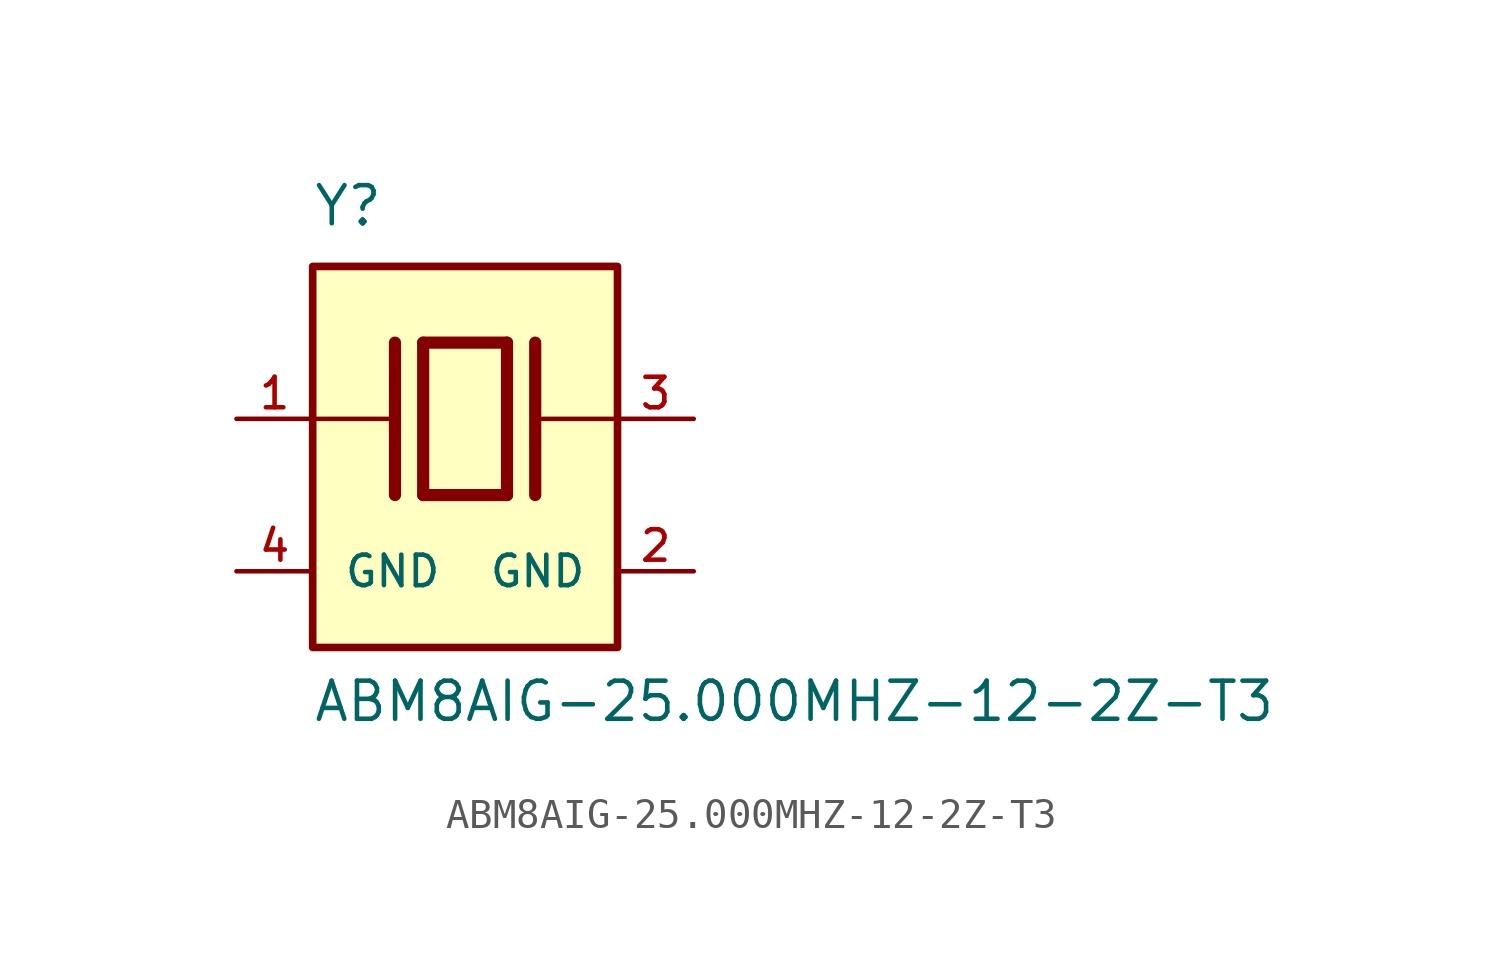
<source format=kicad_sym>
(kicad_symbol_lib
  (version 20220914)
  (generator kicad_symbol_editor)
  (symbol "ABM8AIG-25.000MHZ-12-2Z-T3"
    (pin_names
      (offset 1.016))
    (property "Reference" "Y"
      (at -5.088 6.356 0)
      (effects (font (size 1.27 1.27)) (justify left bottom)))
    (property "Value" "ABM8AIG-25.000MHZ-12-2Z-T3"
      (at -5.094 -10.16 0)
      (effects (font (size 1.27 1.27)) (justify left bottom)))
    (symbol "ABM8AIG-25.000MHZ-12-2Z-T3_0_0"
      (rectangle (start -5.08 -7.62) (end 5.08 5.08) (stroke (width 0.254) (type default)) (fill (type background)))
      (polyline (pts (xy -5.08 0) (xy -2.54 0)) (stroke (width 0.152) (type default)) (fill (type none)))
      (polyline (pts (xy -2.337 2.54) (xy -2.337 -2.54)) (stroke (width 0.406) (type default)) (fill (type none)))
      (polyline (pts (xy -1.397 2.54) (xy -1.397 -2.54)) (stroke (width 0.406) (type default)) (fill (type none)))
      (polyline (pts (xy -1.397 2.54) (xy 1.397 2.54)) (stroke (width 0.406) (type default)) (fill (type none)))
      (polyline (pts (xy 1.397 -2.54) (xy -1.397 -2.54)) (stroke (width 0.406) (type default)) (fill (type none)))
      (polyline (pts (xy 1.397 2.54) (xy 1.397 -2.54)) (stroke (width 0.406) (type default)) (fill (type none)))
      (polyline (pts (xy 2.337 2.54) (xy 2.337 -2.54)) (stroke (width 0.406) (type default)) (fill (type none)))
      (polyline (pts (xy 2.54 0) (xy 5.08 0)) (stroke (width 0.152) (type default)) (fill (type none)))
      (pin passive line (at -7.62 0 0) (length 2.54) (name "~" (effects (font (size 1.016 1.016)))) (number "1" (effects (font (size 1.016 1.016)))))
      (pin power_in line (at 7.62 -5.08 180) (length 2.54) (name "GND" (effects (font (size 1.016 1.016)))) (number "2" (effects (font (size 1.016 1.016)))))
      (pin passive line (at 7.62 0 180) (length 2.54) (name "~" (effects (font (size 1.016 1.016)))) (number "3" (effects (font (size 1.016 1.016)))))
      (pin power_in line (at -7.62 -5.08 0) (length 2.54) (name "GND" (effects (font (size 1.016 1.016)))) (number "4" (effects (font (size 1.016 1.016))))))))
</source>
